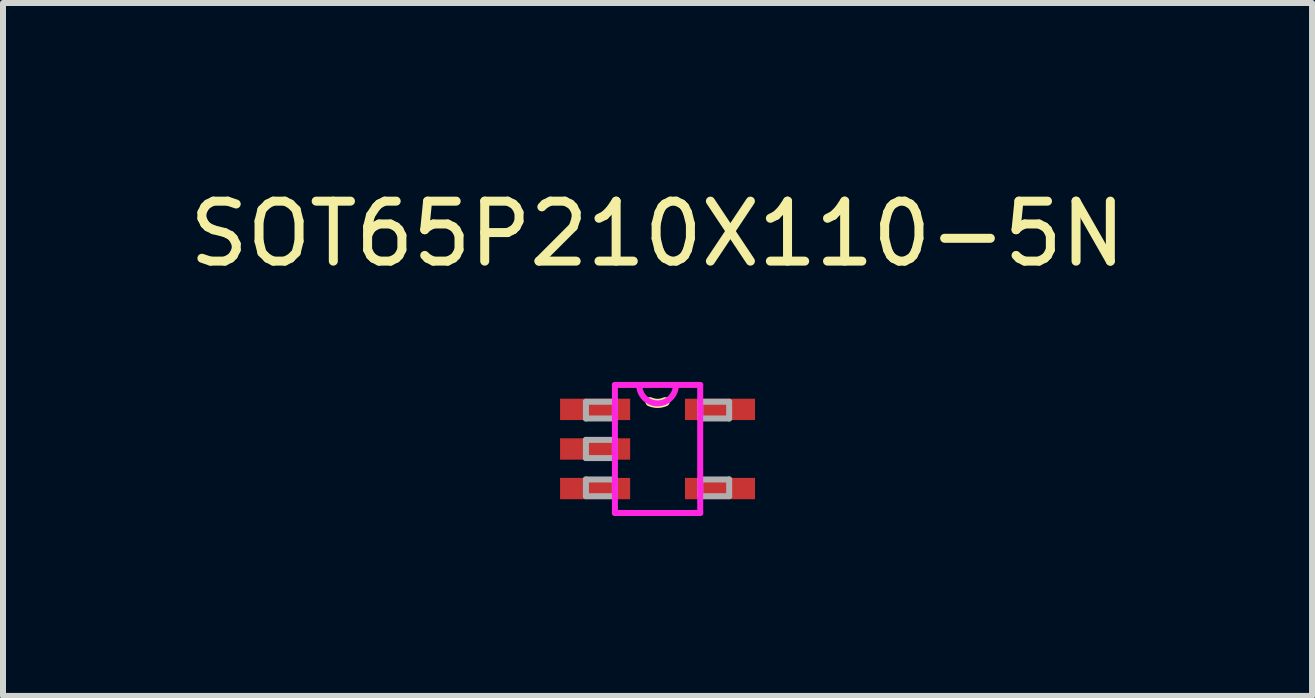
<source format=kicad_pcb>
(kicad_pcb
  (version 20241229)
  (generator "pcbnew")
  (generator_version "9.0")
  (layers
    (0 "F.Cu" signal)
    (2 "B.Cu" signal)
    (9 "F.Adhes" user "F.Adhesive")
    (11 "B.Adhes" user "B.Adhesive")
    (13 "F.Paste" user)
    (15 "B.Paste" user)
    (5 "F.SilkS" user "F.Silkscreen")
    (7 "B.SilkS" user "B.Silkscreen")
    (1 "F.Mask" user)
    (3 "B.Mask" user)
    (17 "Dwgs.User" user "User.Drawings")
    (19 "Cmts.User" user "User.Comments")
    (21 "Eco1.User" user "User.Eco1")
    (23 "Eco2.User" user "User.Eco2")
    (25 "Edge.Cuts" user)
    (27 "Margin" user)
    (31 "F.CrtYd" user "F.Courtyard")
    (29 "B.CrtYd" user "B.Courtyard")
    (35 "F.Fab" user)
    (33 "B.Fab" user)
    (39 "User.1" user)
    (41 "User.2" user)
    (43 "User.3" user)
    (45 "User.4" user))
  (footprint "SOT65P210X110-5N"
    (layer "F.Cu")
    (at 7.911 4.434)
    (property "Reference" "SOT65P210X110-5N" (at 0 -3.586 0) (layer "F.SilkS") (effects (font (size 1 1) (thickness 0.15))))
    (attr smd)
    (fp_arc (start 0.127 -0.7874) (mid 0 -0.759826) (end -0.127 -0.7874) (stroke (width 0.1524) (type solid)) (layer "F.SilkS"))
    (fp_line (start -0.711 1.067) (end -0.711 -1.067) (stroke (width 0.1) (type solid)) (layer "F.CrtYd"))
    (fp_line (start -0.711 1.067) (end 0.711 1.067) (stroke (width 0.1) (type solid)) (layer "F.CrtYd"))
    (fp_line (start 0.711 -1.067) (end -0.711 -1.067) (stroke (width 0.1) (type solid)) (layer "F.CrtYd"))
    (fp_line (start 0.711 1.067) (end 0.711 -1.067) (stroke (width 0.1) (type solid)) (layer "F.CrtYd"))
    (fp_arc (start 0.3048 -1.064626) (mid 0 -0.759826) (end -0.3048 -1.064626) (stroke (width 0.1) (type solid)) (layer "F.CrtYd"))
    (fp_line (start -1.194 -0.787) (end -1.194 -0.508) (stroke (width 0.1) (type solid)) (layer "F.Fab"))
    (fp_line (start -1.194 -0.508) (end -0.711 -0.508) (stroke (width 0.1) (type solid)) (layer "F.Fab"))
    (fp_line (start -1.194 -0.152) (end -1.194 0.152) (stroke (width 0.1) (type solid)) (layer "F.Fab"))
    (fp_line (start -1.194 0.152) (end -0.711 0.152) (stroke (width 0.1) (type solid)) (layer "F.Fab"))
    (fp_line (start -1.194 0.508) (end -1.194 0.787) (stroke (width 0.1) (type solid)) (layer "F.Fab"))
    (fp_line (start -1.194 0.787) (end -0.711 0.787) (stroke (width 0.1) (type solid)) (layer "F.Fab"))
    (fp_line (start -0.711 -0.787) (end -1.194 -0.787) (stroke (width 0.1) (type solid)) (layer "F.Fab"))
    (fp_line (start -0.711 -0.787) (end -0.711 -0.508) (stroke (width 0.1) (type solid)) (layer "F.Fab"))
    (fp_line (start -0.711 -0.152) (end -1.194 -0.152) (stroke (width 0.1) (type solid)) (layer "F.Fab"))
    (fp_line (start -0.711 -0.152) (end -0.711 0.152) (stroke (width 0.1) (type solid)) (layer "F.Fab"))
    (fp_line (start -0.711 0.508) (end -1.194 0.508) (stroke (width 0.1) (type solid)) (layer "F.Fab"))
    (fp_line (start -0.711 0.787) (end -0.711 0.508) (stroke (width 0.1) (type solid)) (layer "F.Fab"))
    (fp_line (start 0.711 -0.787) (end 0.711 -0.508) (stroke (width 0.1) (type solid)) (layer "F.Fab"))
    (fp_line (start 0.711 -0.508) (end 1.194 -0.508) (stroke (width 0.1) (type solid)) (layer "F.Fab"))
    (fp_line (start 0.711 0.787) (end 0.711 0.508) (stroke (width 0.1) (type solid)) (layer "F.Fab"))
    (fp_line (start 0.711 0.787) (end 1.194 0.787) (stroke (width 0.1) (type solid)) (layer "F.Fab"))
    (fp_line (start 1.194 -0.787) (end 0.711 -0.787) (stroke (width 0.1) (type solid)) (layer "F.Fab"))
    (fp_line (start 1.194 -0.508) (end 1.194 -0.787) (stroke (width 0.1) (type solid)) (layer "F.Fab"))
    (fp_line (start 1.194 0.508) (end 0.711 0.508) (stroke (width 0.1) (type solid)) (layer "F.Fab"))
    (fp_line (start 1.194 0.787) (end 1.194 0.508) (stroke (width 0.1) (type solid)) (layer "F.Fab"))
    (pad "1" smd rect (at -1.041 -0.66) (size 1.168 0.356) (layers "F.Cu" "F.Mask" "F.Paste"))
    (pad "2" smd rect (at -1.041 0) (size 1.168 0.356) (layers "F.Cu" "F.Mask" "F.Paste"))
    (pad "3" smd rect (at -1.041 0.66) (size 1.168 0.356) (layers "F.Cu" "F.Mask" "F.Paste"))
    (pad "4" smd rect (at 1.041 0.66) (size 1.168 0.356) (layers "F.Cu" "F.Mask" "F.Paste"))
    (pad "5" smd rect (at 1.041 -0.66) (size 1.168 0.356) (layers "F.Cu" "F.Mask" "F.Paste")))
  (gr_rect
    (start -3 -3)
    (end 18.821 8.551)
    (stroke (width 0.1) (type default))
    (fill no)
    (layer "Edge.Cuts")))
</source>
